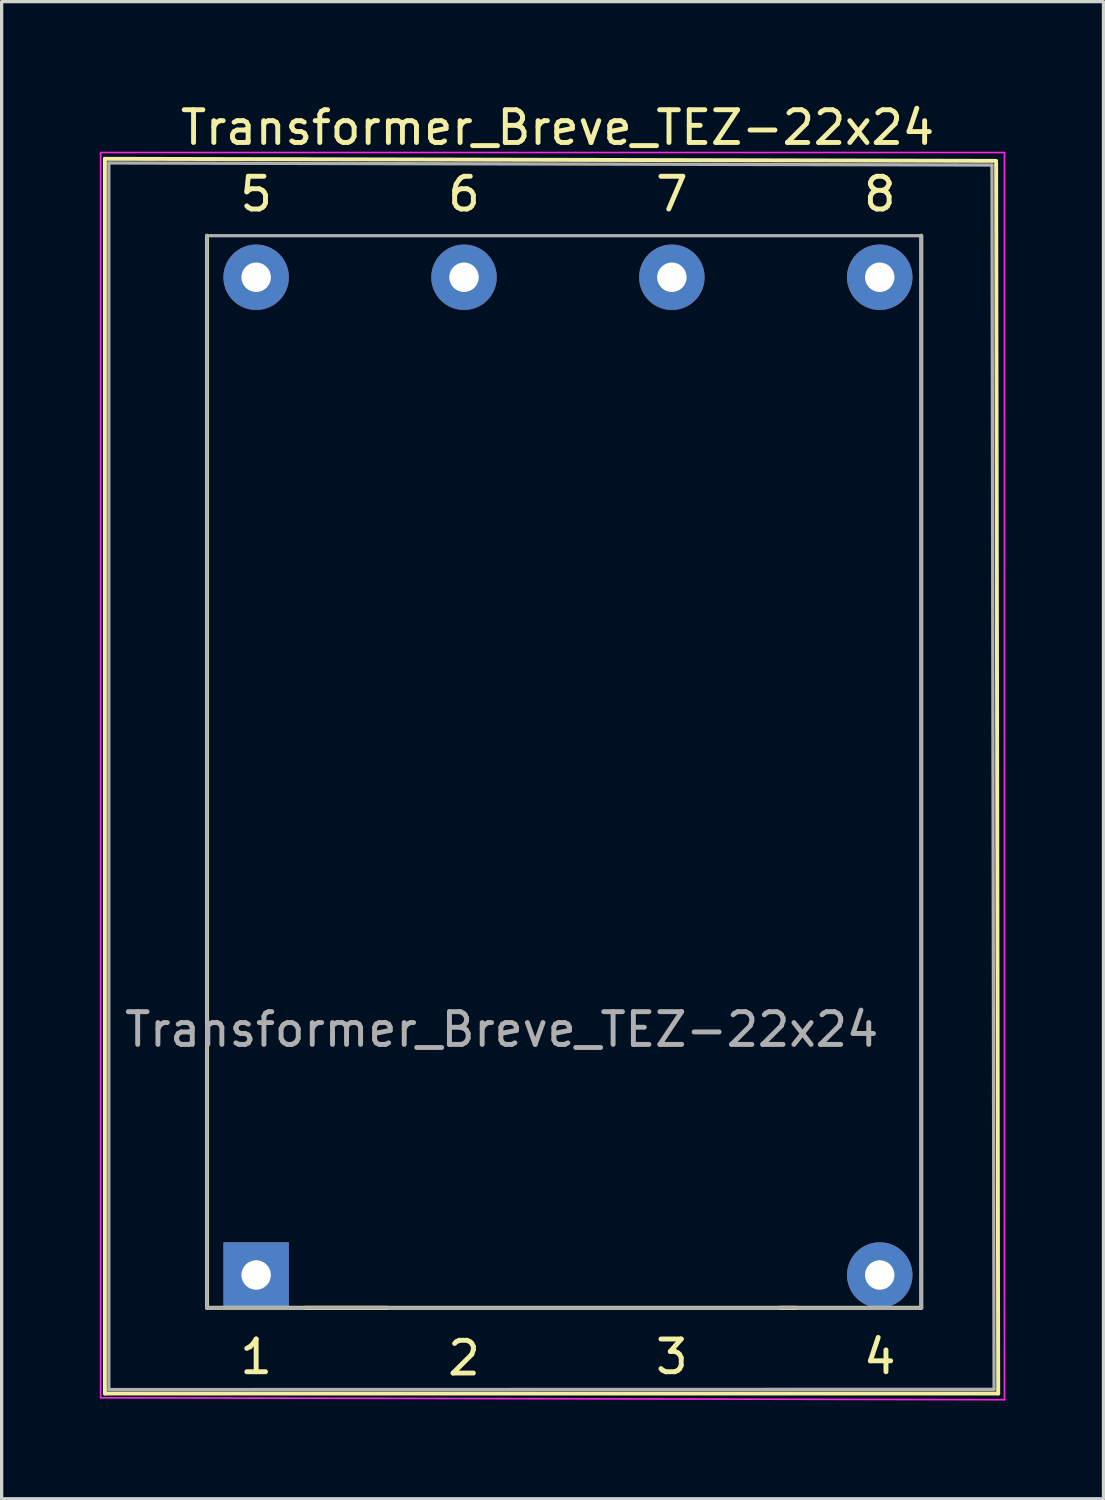
<source format=kicad_pcb>
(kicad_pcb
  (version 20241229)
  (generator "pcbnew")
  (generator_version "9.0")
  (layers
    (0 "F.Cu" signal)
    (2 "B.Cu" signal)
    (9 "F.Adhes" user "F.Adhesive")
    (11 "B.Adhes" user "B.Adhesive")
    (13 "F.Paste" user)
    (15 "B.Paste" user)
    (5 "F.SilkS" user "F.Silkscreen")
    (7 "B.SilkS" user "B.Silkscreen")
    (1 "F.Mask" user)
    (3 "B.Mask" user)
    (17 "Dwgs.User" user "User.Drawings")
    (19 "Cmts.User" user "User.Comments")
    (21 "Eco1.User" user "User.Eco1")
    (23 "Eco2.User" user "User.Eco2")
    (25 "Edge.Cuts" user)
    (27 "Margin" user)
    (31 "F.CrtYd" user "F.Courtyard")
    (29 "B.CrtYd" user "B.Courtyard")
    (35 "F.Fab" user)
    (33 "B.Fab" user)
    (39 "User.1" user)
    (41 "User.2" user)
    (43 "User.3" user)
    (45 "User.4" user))
  (footprint "Transformer_Breve_TEZ-22x24"
    (layer "F.Cu")
    (at 4.775 35.9)
    (property "Reference" "Transformer_Breve_TEZ-22x24" (at 9.207 -35.052 0) (layer "F.SilkS") (effects (font (size 1 1) (thickness 0.15))))
    (attr through_hole)
    (fp_line (start -4.62 -34.099) (end -4.62 3.62) (stroke (width 0.12) (type solid)) (layer "F.SilkS"))
    (fp_line (start -4.62 -34.099) (end 22.606 -34.036) (stroke (width 0.12) (type solid)) (layer "F.SilkS"))
    (fp_line (start -1.5 1) (end -1.5 -31.75) (stroke (width 0.12) (type solid)) (layer "F.SilkS"))
    (fp_line (start -1.5 1) (end 20.32 1) (stroke (width 0.12) (type solid)) (layer "F.SilkS"))
    (fp_line (start 4 1) (end 1.5 1) (stroke (width 0.12) (type solid)) (layer "F.SilkS"))
    (fp_line (start 16 1) (end 16.5 1) (stroke (width 0.12) (type solid)) (layer "F.SilkS"))
    (fp_line (start 20.32 1) (end 20.32 -31.75) (stroke (width 0.12) (type solid)) (layer "F.SilkS"))
    (fp_line (start 22.669 3.62) (end -4.62 3.62) (stroke (width 0.12) (type solid)) (layer "F.SilkS"))
    (fp_line (start 22.669 3.62) (end 22.606 -33.972) (stroke (width 0.12) (type solid)) (layer "F.SilkS"))
    (fp_line (start -4.75 -34.29) (end -4.75 3.75) (stroke (width 0.05) (type solid)) (layer "F.CrtYd"))
    (fp_line (start -4.75 -34.29) (end 22.86 -34.29) (stroke (width 0.05) (type solid)) (layer "F.CrtYd"))
    (fp_line (start 22.86 3.81) (end -4.75 3.75) (stroke (width 0.05) (type solid)) (layer "F.CrtYd"))
    (fp_line (start 22.86 3.81) (end 22.86 -34.29) (stroke (width 0.05) (type solid)) (layer "F.CrtYd"))
    (fp_line (start -4.508 -33.972) (end 22.479 -33.909) (stroke (width 0.1) (type solid)) (layer "F.Fab"))
    (fp_line (start -4.5 3.5) (end -4.5 -33.972) (stroke (width 0.1) (type solid)) (layer "F.Fab"))
    (fp_line (start -1.5 -31.75) (end 20.32 -31.75) (stroke (width 0.1) (type solid)) (layer "F.Fab"))
    (fp_line (start -1.5 1) (end -1.5 -31.75) (stroke (width 0.1) (type solid)) (layer "F.Fab"))
    (fp_line (start 20.32 -31.75) (end 20.32 1) (stroke (width 0.1) (type solid)) (layer "F.Fab"))
    (fp_line (start 20.32 1) (end -1.5 1) (stroke (width 0.1) (type solid)) (layer "F.Fab"))
    (fp_line (start 22.479 -33.909) (end 22.543 3.493) (stroke (width 0.1) (type solid)) (layer "F.Fab"))
    (fp_line (start 22.543 3.493) (end -4.5 3.5) (stroke (width 0.1) (type solid)) (layer "F.Fab"))
    (fp_text user "8" (at 19.05 -33.02 0) (layer "F.SilkS") (effects (font (size 1 1) (thickness 0.15))))
    (fp_text user "5" (at 0 -33.02 0) (layer "F.SilkS") (effects (font (size 1 1) (thickness 0.15))))
    (fp_text user "7" (at 12.7 -33.02 0) (layer "F.SilkS") (effects (font (size 1 1) (thickness 0.15))))
    (fp_text user "6" (at 6.35 -33.02 0) (layer "F.SilkS") (effects (font (size 1 1) (thickness 0.15))))
    (fp_text user "3" (at 12.7 2.5 0) (layer "F.SilkS") (effects (font (size 1 1) (thickness 0.15))))
    (fp_text user "2" (at 6.35 2.54 0) (layer "F.SilkS") (effects (font (size 1 1) (thickness 0.15))))
    (fp_text user "4" (at 19.05 2.5 0) (layer "F.SilkS") (effects (font (size 1 1) (thickness 0.15))))
    (fp_text user "1" (at 0 2.5 0) (layer "F.SilkS") (effects (font (size 1 1) (thickness 0.15))))
    (fp_text user "${REFERENCE}" (at 7.5 -7.5 0) (layer "F.Fab") (effects (font (size 1 1) (thickness 0.15))))
    (pad "1" thru_hole rect (at 0 0) (size 2 2) (drill 0.9) (layers "*.Cu" "*.Mask"))
    (pad "4" thru_hole circle (at 19.05 0) (size 2 2) (drill 0.9) (layers "*.Cu" "*.Mask"))
    (pad "5" thru_hole circle (at 0 -30.48) (size 2 2) (drill 0.9) (layers "*.Cu" "*.Mask"))
    (pad "6" thru_hole circle (at 6.35 -30.48) (size 2 2) (drill 0.9) (layers "*.Cu" "*.Mask"))
    (pad "7" thru_hole circle (at 12.7 -30.48) (size 2 2) (drill 0.9) (layers "*.Cu" "*.Mask"))
    (pad "8" thru_hole circle (at 19.05 -30.48) (size 2 2) (drill 0.9) (layers "*.Cu" "*.Mask")))
  (gr_rect
    (start -3 -3)
    (end 30.66 42.735)
    (stroke (width 0.1) (type default))
    (fill no)
    (layer "Edge.Cuts")))
</source>
